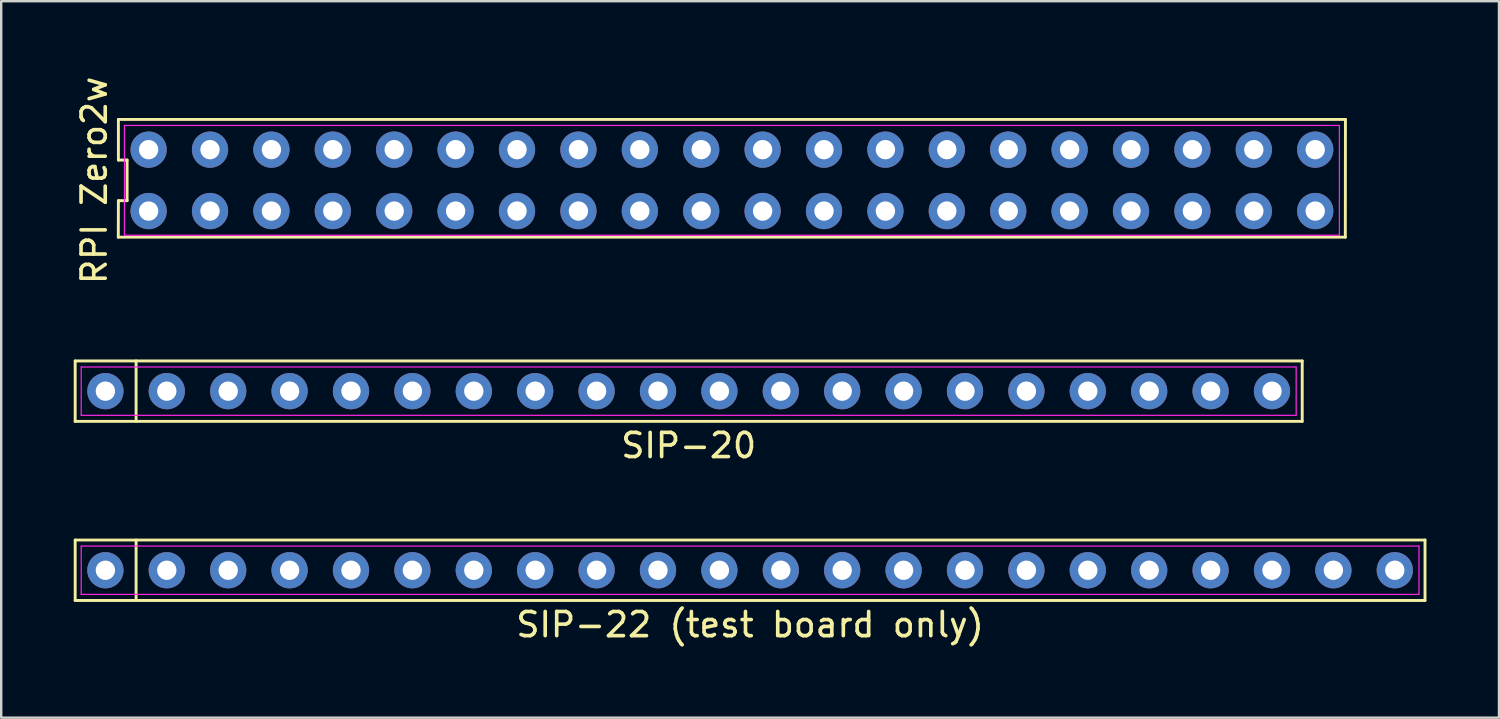
<source format=kicad_pcb>
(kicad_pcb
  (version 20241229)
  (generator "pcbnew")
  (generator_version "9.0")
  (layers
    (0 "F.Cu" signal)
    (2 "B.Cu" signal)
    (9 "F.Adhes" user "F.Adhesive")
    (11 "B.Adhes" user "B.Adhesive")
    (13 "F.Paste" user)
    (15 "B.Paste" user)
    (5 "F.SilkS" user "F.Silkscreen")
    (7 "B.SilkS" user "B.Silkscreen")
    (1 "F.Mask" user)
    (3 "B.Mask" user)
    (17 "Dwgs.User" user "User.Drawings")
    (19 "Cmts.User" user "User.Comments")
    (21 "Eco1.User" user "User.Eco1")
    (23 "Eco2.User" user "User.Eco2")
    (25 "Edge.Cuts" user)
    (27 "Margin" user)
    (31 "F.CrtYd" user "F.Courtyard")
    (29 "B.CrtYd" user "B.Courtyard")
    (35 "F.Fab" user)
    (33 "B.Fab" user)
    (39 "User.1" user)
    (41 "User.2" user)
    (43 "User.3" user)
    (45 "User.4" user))
  (footprint "SIP-20"
    (layer "F.Cu")
    (at 25.44 13.131)
    (property "Reference" "SIP-20" (at 0 2.25 0) (layer "F.SilkS") (effects (font (size 1 1) (thickness 0.15))))
    (attr through_hole)
    (fp_line (start -25.38 -1.25) (end 25.38 -1.25) (stroke (width 0.12) (type default)) (layer "F.SilkS"))
    (fp_line (start -25.38 1.25) (end -25.38 -1.25) (stroke (width 0.12) (type default)) (layer "F.SilkS"))
    (fp_line (start -22.86 -1.25) (end -22.86 1.25) (stroke (width 0.12) (type default)) (layer "F.SilkS"))
    (fp_line (start 25.38 -1.25) (end 25.38 1.25) (stroke (width 0.12) (type default)) (layer "F.SilkS"))
    (fp_line (start 25.38 1.25) (end -25.38 1.25) (stroke (width 0.12) (type default)) (layer "F.SilkS"))
    (fp_line (start -25.13 -1) (end 25.13 -1) (stroke (width 0.05) (type default)) (layer "F.CrtYd"))
    (fp_line (start -25.13 1) (end -25.13 -1) (stroke (width 0.05) (type default)) (layer "F.CrtYd"))
    (fp_line (start 25.13 -1) (end 25.13 1) (stroke (width 0.05) (type default)) (layer "F.CrtYd"))
    (fp_line (start 25.13 1) (end -25.13 1) (stroke (width 0.05) (type default)) (layer "F.CrtYd"))
    (pad "1" thru_hole circle (at -24.13 0) (size 1.5 1.5) (drill 0.8) (layers "*.Cu" "*.Mask"))
    (pad "2" thru_hole circle (at -21.59 0) (size 1.5 1.5) (drill 0.8) (layers "*.Cu" "*.Mask"))
    (pad "3" thru_hole circle (at -19.05 0) (size 1.5 1.5) (drill 0.8) (layers "*.Cu" "*.Mask"))
    (pad "4" thru_hole circle (at -16.51 0) (size 1.5 1.5) (drill 0.8) (layers "*.Cu" "*.Mask"))
    (pad "5" thru_hole circle (at -13.97 0) (size 1.5 1.5) (drill 0.8) (layers "*.Cu" "*.Mask"))
    (pad "6" thru_hole circle (at -11.43 0) (size 1.5 1.5) (drill 0.8) (layers "*.Cu" "*.Mask"))
    (pad "7" thru_hole circle (at -8.89 0) (size 1.5 1.5) (drill 0.8) (layers "*.Cu" "*.Mask"))
    (pad "8" thru_hole circle (at -6.35 0) (size 1.5 1.5) (drill 0.8) (layers "*.Cu" "*.Mask"))
    (pad "9" thru_hole circle (at -3.81 0) (size 1.5 1.5) (drill 0.8) (layers "*.Cu" "*.Mask"))
    (pad "10" thru_hole circle (at -1.27 0) (size 1.5 1.5) (drill 0.8) (layers "*.Cu" "*.Mask"))
    (pad "11" thru_hole circle (at 1.27 0) (size 1.5 1.5) (drill 0.8) (layers "*.Cu" "*.Mask"))
    (pad "12" thru_hole circle (at 3.81 0) (size 1.5 1.5) (drill 0.8) (layers "*.Cu" "*.Mask"))
    (pad "13" thru_hole circle (at 6.35 0) (size 1.5 1.5) (drill 0.8) (layers "*.Cu" "*.Mask"))
    (pad "14" thru_hole circle (at 8.89 0) (size 1.5 1.5) (drill 0.8) (layers "*.Cu" "*.Mask"))
    (pad "15" thru_hole circle (at 11.43 0) (size 1.5 1.5) (drill 0.8) (layers "*.Cu" "*.Mask"))
    (pad "16" thru_hole circle (at 13.97 0) (size 1.5 1.5) (drill 0.8) (layers "*.Cu" "*.Mask"))
    (pad "17" thru_hole circle (at 16.51 0) (size 1.5 1.5) (drill 0.8) (layers "*.Cu" "*.Mask"))
    (pad "18" thru_hole circle (at 19.05 0) (size 1.5 1.5) (drill 0.8) (layers "*.Cu" "*.Mask"))
    (pad "19" thru_hole circle (at 21.59 0) (size 1.5 1.5) (drill 0.8) (layers "*.Cu" "*.Mask"))
    (pad "20" thru_hole circle (at 24.13 0) (size 1.5 1.5) (drill 0.8) (layers "*.Cu" "*.Mask")))
  (footprint "SIP-22 (test board only)"
    (layer "F.Cu")
    (at 27.98 20.54)
    (property "Reference" "SIP-22 (test board only)" (at 0 2.25 0) (layer "F.SilkS") (effects (font (size 1 1) (thickness 0.15))))
    (attr through_hole)
    (fp_line (start -27.92 -1.25) (end 27.92 -1.25) (stroke (width 0.12) (type default)) (layer "F.SilkS"))
    (fp_line (start -27.92 1.25) (end -27.92 -1.25) (stroke (width 0.12) (type default)) (layer "F.SilkS"))
    (fp_line (start -25.4 -1.25) (end -25.4 1.25) (stroke (width 0.12) (type default)) (layer "F.SilkS"))
    (fp_line (start 27.92 -1.25) (end 27.92 1.25) (stroke (width 0.12) (type default)) (layer "F.SilkS"))
    (fp_line (start 27.92 1.25) (end -27.92 1.25) (stroke (width 0.12) (type default)) (layer "F.SilkS"))
    (fp_line (start -27.67 -1) (end 27.67 -1) (stroke (width 0.05) (type default)) (layer "F.CrtYd"))
    (fp_line (start -27.67 1) (end -27.67 -1) (stroke (width 0.05) (type default)) (layer "F.CrtYd"))
    (fp_line (start 27.67 -1) (end 27.67 1) (stroke (width 0.05) (type default)) (layer "F.CrtYd"))
    (fp_line (start 27.67 1) (end -27.67 1) (stroke (width 0.05) (type default)) (layer "F.CrtYd"))
    (pad "1" thru_hole circle (at -26.67 0) (size 1.5 1.5) (drill 0.8) (layers "*.Cu" "*.Mask"))
    (pad "2" thru_hole circle (at -24.13 0) (size 1.5 1.5) (drill 0.8) (layers "*.Cu" "*.Mask"))
    (pad "3" thru_hole circle (at -21.59 0) (size 1.5 1.5) (drill 0.8) (layers "*.Cu" "*.Mask"))
    (pad "4" thru_hole circle (at -19.05 0) (size 1.5 1.5) (drill 0.8) (layers "*.Cu" "*.Mask"))
    (pad "5" thru_hole circle (at -16.51 0) (size 1.5 1.5) (drill 0.8) (layers "*.Cu" "*.Mask"))
    (pad "6" thru_hole circle (at -13.97 0) (size 1.5 1.5) (drill 0.8) (layers "*.Cu" "*.Mask"))
    (pad "7" thru_hole circle (at -11.43 0) (size 1.5 1.5) (drill 0.8) (layers "*.Cu" "*.Mask"))
    (pad "8" thru_hole circle (at -8.89 0) (size 1.5 1.5) (drill 0.8) (layers "*.Cu" "*.Mask"))
    (pad "9" thru_hole circle (at -6.35 0) (size 1.5 1.5) (drill 0.8) (layers "*.Cu" "*.Mask"))
    (pad "10" thru_hole circle (at -3.81 0) (size 1.5 1.5) (drill 0.8) (layers "*.Cu" "*.Mask"))
    (pad "11" thru_hole circle (at -1.27 0) (size 1.5 1.5) (drill 0.8) (layers "*.Cu" "*.Mask"))
    (pad "12" thru_hole circle (at 1.27 0) (size 1.5 1.5) (drill 0.8) (layers "*.Cu" "*.Mask"))
    (pad "13" thru_hole circle (at 3.81 0) (size 1.5 1.5) (drill 0.8) (layers "*.Cu" "*.Mask"))
    (pad "14" thru_hole circle (at 6.35 0) (size 1.5 1.5) (drill 0.8) (layers "*.Cu" "*.Mask"))
    (pad "15" thru_hole circle (at 8.89 0) (size 1.5 1.5) (drill 0.8) (layers "*.Cu" "*.Mask"))
    (pad "16" thru_hole circle (at 11.43 0) (size 1.5 1.5) (drill 0.8) (layers "*.Cu" "*.Mask"))
    (pad "17" thru_hole circle (at 13.97 0) (size 1.5 1.5) (drill 0.8) (layers "*.Cu" "*.Mask"))
    (pad "18" thru_hole circle (at 16.51 0) (size 1.5 1.5) (drill 0.8) (layers "*.Cu" "*.Mask"))
    (pad "19" thru_hole circle (at 19.05 0) (size 1.5 1.5) (drill 0.8) (layers "*.Cu" "*.Mask"))
    (pad "20" thru_hole circle (at 21.59 0) (size 1.5 1.5) (drill 0.8) (layers "*.Cu" "*.Mask"))
    (pad "21" thru_hole circle (at 24.13 0) (size 1.5 1.5) (drill 0.8) (layers "*.Cu" "*.Mask"))
    (pad "22" thru_hole circle (at 26.67 0) (size 1.5 1.5) (drill 0.8) (layers "*.Cu" "*.Mask")))
  (footprint "RPI Zero2w"
    (layer "F.Cu")
    (at 27.228 4.411)
    (property "Reference" "RPI Zero2w" (at -26.38 0 90) (layer "F.SilkS") (effects (font (size 1 1) (thickness 0.15))))
    (attr through_hole)
    (fp_line (start -25.385 2.35) (end 25.375 2.35) (stroke (width 0.12) (type default)) (layer "F.SilkS"))
    (fp_line (start -25.38 -2.52) (end -25.38 -0.84) (stroke (width 0.12) (type default)) (layer "F.SilkS"))
    (fp_line (start -25.38 -0.84) (end -25.02 -0.84) (stroke (width 0.12) (type default)) (layer "F.SilkS"))
    (fp_line (start -25.38 0.84) (end -25.385 2.35) (stroke (width 0.12) (type default)) (layer "F.SilkS"))
    (fp_line (start -25.02 -0.84) (end -25.02 0.84) (stroke (width 0.12) (type default)) (layer "F.SilkS"))
    (fp_line (start -25.02 0.84) (end -25.38 0.84) (stroke (width 0.12) (type default)) (layer "F.SilkS"))
    (fp_line (start 25.375 2.35) (end 25.38 -2.52) (stroke (width 0.12) (type default)) (layer "F.SilkS"))
    (fp_line (start 25.38 -2.52) (end -25.38 -2.52) (stroke (width 0.12) (type default)) (layer "F.SilkS"))
    (fp_line (start -25.13 -2.27) (end 25.13 -2.27) (stroke (width 0.05) (type default)) (layer "F.CrtYd"))
    (fp_line (start -25.13 2.27) (end -25.13 -2.27) (stroke (width 0.05) (type default)) (layer "F.CrtYd"))
    (fp_line (start 25.13 -2.27) (end 25.13 2.27) (stroke (width 0.05) (type default)) (layer "F.CrtYd"))
    (fp_line (start 25.13 2.27) (end -25.13 2.27) (stroke (width 0.05) (type default)) (layer "F.CrtYd"))
    (pad "1" thru_hole circle (at -24.13 1.27) (size 1.5 1.5) (drill 0.8) (layers "*.Cu" "*.Mask"))
    (pad "2" thru_hole circle (at -21.59 1.27) (size 1.5 1.5) (drill 0.8) (layers "*.Cu" "*.Mask"))
    (pad "3" thru_hole circle (at -19.05 1.27) (size 1.5 1.5) (drill 0.8) (layers "*.Cu" "*.Mask"))
    (pad "4" thru_hole circle (at -16.51 1.27) (size 1.5 1.5) (drill 0.8) (layers "*.Cu" "*.Mask"))
    (pad "5" thru_hole circle (at -13.97 1.27) (size 1.5 1.5) (drill 0.8) (layers "*.Cu" "*.Mask"))
    (pad "6" thru_hole circle (at -11.43 1.27) (size 1.5 1.5) (drill 0.8) (layers "*.Cu" "*.Mask"))
    (pad "7" thru_hole circle (at -8.89 1.27) (size 1.5 1.5) (drill 0.8) (layers "*.Cu" "*.Mask"))
    (pad "8" thru_hole circle (at -6.35 1.27) (size 1.5 1.5) (drill 0.8) (layers "*.Cu" "*.Mask"))
    (pad "9" thru_hole circle (at -3.81 1.27) (size 1.5 1.5) (drill 0.8) (layers "*.Cu" "*.Mask"))
    (pad "10" thru_hole circle (at -1.27 1.27) (size 1.5 1.5) (drill 0.8) (layers "*.Cu" "*.Mask"))
    (pad "11" thru_hole circle (at 1.27 1.27) (size 1.5 1.5) (drill 0.8) (layers "*.Cu" "*.Mask"))
    (pad "12" thru_hole circle (at 3.81 1.27) (size 1.5 1.5) (drill 0.8) (layers "*.Cu" "*.Mask"))
    (pad "13" thru_hole circle (at 6.35 1.27) (size 1.5 1.5) (drill 0.8) (layers "*.Cu" "*.Mask"))
    (pad "14" thru_hole circle (at 8.89 1.27) (size 1.5 1.5) (drill 0.8) (layers "*.Cu" "*.Mask"))
    (pad "15" thru_hole circle (at 11.43 1.27) (size 1.5 1.5) (drill 0.8) (layers "*.Cu" "*.Mask"))
    (pad "16" thru_hole circle (at 13.97 1.27) (size 1.5 1.5) (drill 0.8) (layers "*.Cu" "*.Mask"))
    (pad "17" thru_hole circle (at 16.51 1.27) (size 1.5 1.5) (drill 0.8) (layers "*.Cu" "*.Mask"))
    (pad "18" thru_hole circle (at 19.05 1.27) (size 1.5 1.5) (drill 0.8) (layers "*.Cu" "*.Mask"))
    (pad "19" thru_hole circle (at 21.59 1.27) (size 1.5 1.5) (drill 0.8) (layers "*.Cu" "*.Mask"))
    (pad "20" thru_hole circle (at 24.13 1.27) (size 1.5 1.5) (drill 0.8) (layers "*.Cu" "*.Mask"))
    (pad "21" thru_hole circle (at 24.13 -1.27) (size 1.5 1.5) (drill 0.8) (layers "*.Cu" "*.Mask"))
    (pad "22" thru_hole circle (at 21.59 -1.27) (size 1.5 1.5) (drill 0.8) (layers "*.Cu" "*.Mask"))
    (pad "23" thru_hole circle (at 19.05 -1.27) (size 1.5 1.5) (drill 0.8) (layers "*.Cu" "*.Mask"))
    (pad "24" thru_hole circle (at 16.51 -1.27) (size 1.5 1.5) (drill 0.8) (layers "*.Cu" "*.Mask"))
    (pad "25" thru_hole circle (at 13.97 -1.27) (size 1.5 1.5) (drill 0.8) (layers "*.Cu" "*.Mask"))
    (pad "26" thru_hole circle (at 11.43 -1.27) (size 1.5 1.5) (drill 0.8) (layers "*.Cu" "*.Mask"))
    (pad "27" thru_hole circle (at 8.89 -1.27) (size 1.5 1.5) (drill 0.8) (layers "*.Cu" "*.Mask"))
    (pad "28" thru_hole circle (at 6.35 -1.27) (size 1.5 1.5) (drill 0.8) (layers "*.Cu" "*.Mask"))
    (pad "29" thru_hole circle (at 3.81 -1.27) (size 1.5 1.5) (drill 0.8) (layers "*.Cu" "*.Mask"))
    (pad "30" thru_hole circle (at 1.27 -1.27) (size 1.5 1.5) (drill 0.8) (layers "*.Cu" "*.Mask"))
    (pad "31" thru_hole circle (at -1.27 -1.27) (size 1.5 1.5) (drill 0.8) (layers "*.Cu" "*.Mask"))
    (pad "32" thru_hole circle (at -3.81 -1.27) (size 1.5 1.5) (drill 0.8) (layers "*.Cu" "*.Mask"))
    (pad "33" thru_hole circle (at -6.35 -1.27) (size 1.5 1.5) (drill 0.8) (layers "*.Cu" "*.Mask"))
    (pad "34" thru_hole circle (at -8.89 -1.27) (size 1.5 1.5) (drill 0.8) (layers "*.Cu" "*.Mask"))
    (pad "35" thru_hole circle (at -11.43 -1.27) (size 1.5 1.5) (drill 0.8) (layers "*.Cu" "*.Mask"))
    (pad "36" thru_hole circle (at -13.97 -1.27) (size 1.5 1.5) (drill 0.8) (layers "*.Cu" "*.Mask"))
    (pad "37" thru_hole circle (at -16.51 -1.27) (size 1.5 1.5) (drill 0.8) (layers "*.Cu" "*.Mask"))
    (pad "38" thru_hole circle (at -19.05 -1.27) (size 1.5 1.5) (drill 0.8) (layers "*.Cu" "*.Mask"))
    (pad "39" thru_hole circle (at -21.59 -1.27) (size 1.5 1.5) (drill 0.8) (layers "*.Cu" "*.Mask"))
    (pad "40" thru_hole circle (at -24.13 -1.27) (size 1.5 1.5) (drill 0.8) (layers "*.Cu" "*.Mask")))
  (gr_rect
    (start -3 -3)
    (end 58.96 26.638)
    (stroke (width 0.1) (type default))
    (fill no)
    (layer "Edge.Cuts")))
</source>
